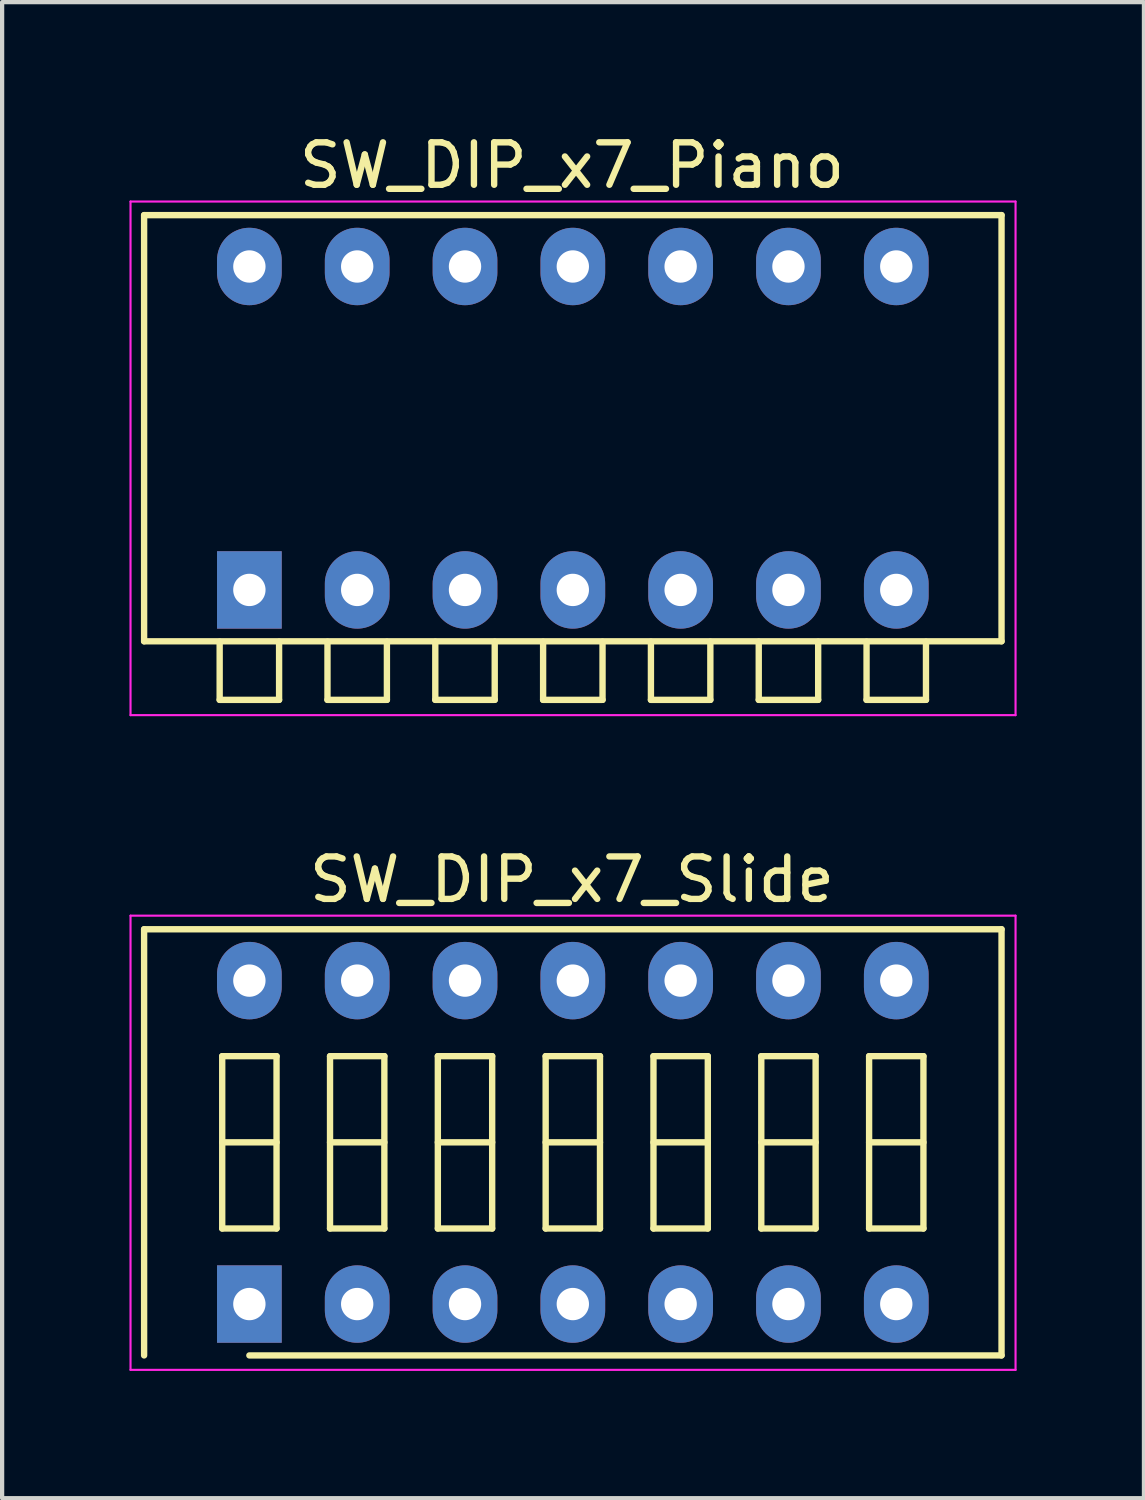
<source format=kicad_pcb>
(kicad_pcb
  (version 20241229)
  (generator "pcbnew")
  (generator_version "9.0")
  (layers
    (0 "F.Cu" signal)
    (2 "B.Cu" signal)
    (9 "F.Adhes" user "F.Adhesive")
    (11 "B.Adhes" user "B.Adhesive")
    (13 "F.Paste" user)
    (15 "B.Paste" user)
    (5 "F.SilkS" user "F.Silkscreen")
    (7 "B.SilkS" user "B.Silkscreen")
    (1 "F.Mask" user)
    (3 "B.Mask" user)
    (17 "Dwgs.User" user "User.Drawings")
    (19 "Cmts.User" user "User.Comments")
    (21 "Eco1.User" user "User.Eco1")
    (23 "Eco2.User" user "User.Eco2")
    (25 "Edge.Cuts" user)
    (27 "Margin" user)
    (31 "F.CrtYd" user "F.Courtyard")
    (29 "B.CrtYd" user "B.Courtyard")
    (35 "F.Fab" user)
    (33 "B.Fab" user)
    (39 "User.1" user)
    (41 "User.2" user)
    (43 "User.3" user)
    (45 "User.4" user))
  (footprint "SW_DIP_x7_Piano"
    (layer "F.Cu")
    (at 2.825 10.848)
    (property "Reference" "SW_DIP_x7_Piano" (at 7.6 -10 0) (layer "F.SilkS") (effects (font (size 1 1) (thickness 0.15))))
    (attr through_hole)
    (fp_line (start -2.48 -8.83) (end 17.72 -8.83) (stroke (width 0.15) (type solid)) (layer "F.SilkS"))
    (fp_line (start -2.48 1.21) (end -2.48 -8.83) (stroke (width 0.15) (type solid)) (layer "F.SilkS"))
    (fp_line (start -0.7 1.22) (end -0.7 2.59) (stroke (width 0.15) (type solid)) (layer "F.SilkS"))
    (fp_line (start -0.7 2.59) (end 0.7 2.59) (stroke (width 0.15) (type solid)) (layer "F.SilkS"))
    (fp_line (start 0.7 2.59) (end 0.7 1.22) (stroke (width 0.15) (type solid)) (layer "F.SilkS"))
    (fp_line (start 1.84 1.22) (end 1.84 2.59) (stroke (width 0.15) (type solid)) (layer "F.SilkS"))
    (fp_line (start 1.84 2.59) (end 3.24 2.59) (stroke (width 0.15) (type solid)) (layer "F.SilkS"))
    (fp_line (start 3.24 2.59) (end 3.24 1.22) (stroke (width 0.15) (type solid)) (layer "F.SilkS"))
    (fp_line (start 4.38 1.22) (end 4.38 2.59) (stroke (width 0.15) (type solid)) (layer "F.SilkS"))
    (fp_line (start 4.38 2.59) (end 5.78 2.59) (stroke (width 0.15) (type solid)) (layer "F.SilkS"))
    (fp_line (start 5.78 2.59) (end 5.78 1.22) (stroke (width 0.15) (type solid)) (layer "F.SilkS"))
    (fp_line (start 6.92 1.22) (end 6.92 2.59) (stroke (width 0.15) (type solid)) (layer "F.SilkS"))
    (fp_line (start 6.92 2.59) (end 8.32 2.59) (stroke (width 0.15) (type solid)) (layer "F.SilkS"))
    (fp_line (start 8.32 2.59) (end 8.32 1.22) (stroke (width 0.15) (type solid)) (layer "F.SilkS"))
    (fp_line (start 9.46 1.22) (end 9.46 2.59) (stroke (width 0.15) (type solid)) (layer "F.SilkS"))
    (fp_line (start 9.46 2.59) (end 10.86 2.59) (stroke (width 0.15) (type solid)) (layer "F.SilkS"))
    (fp_line (start 10.86 2.59) (end 10.86 1.22) (stroke (width 0.15) (type solid)) (layer "F.SilkS"))
    (fp_line (start 12 1.22) (end 12 2.59) (stroke (width 0.15) (type solid)) (layer "F.SilkS"))
    (fp_line (start 12 2.59) (end 13.4 2.59) (stroke (width 0.15) (type solid)) (layer "F.SilkS"))
    (fp_line (start 13.4 2.59) (end 13.4 1.22) (stroke (width 0.15) (type solid)) (layer "F.SilkS"))
    (fp_line (start 14.54 1.22) (end 14.54 2.59) (stroke (width 0.15) (type solid)) (layer "F.SilkS"))
    (fp_line (start 14.54 2.59) (end 15.94 2.59) (stroke (width 0.15) (type solid)) (layer "F.SilkS"))
    (fp_line (start 15.94 2.59) (end 15.94 1.22) (stroke (width 0.15) (type solid)) (layer "F.SilkS"))
    (fp_line (start 17.72 -8.83) (end 17.72 1.21) (stroke (width 0.15) (type solid)) (layer "F.SilkS"))
    (fp_line (start 17.72 1.21) (end -2.48 1.21) (stroke (width 0.15) (type solid)) (layer "F.SilkS"))
    (fp_line (start -2.8 -9.15) (end -2.8 2.95) (stroke (width 0.05) (type solid)) (layer "F.CrtYd"))
    (fp_line (start -2.8 2.95) (end 18.05 2.95) (stroke (width 0.05) (type solid)) (layer "F.CrtYd"))
    (fp_line (start 18.05 -9.15) (end -2.8 -9.15) (stroke (width 0.05) (type solid)) (layer "F.CrtYd"))
    (fp_line (start 18.05 2.95) (end 18.05 -9.15) (stroke (width 0.05) (type solid)) (layer "F.CrtYd"))
    (pad "1" thru_hole rect (at 0 0) (size 1.524 1.824) (drill 0.762) (layers "*.Cu" "*.Mask"))
    (pad "2" thru_hole oval (at 2.54 0) (size 1.524 1.824) (drill 0.762) (layers "*.Cu" "*.Mask"))
    (pad "3" thru_hole oval (at 5.08 0) (size 1.524 1.824) (drill 0.762) (layers "*.Cu" "*.Mask"))
    (pad "4" thru_hole oval (at 7.62 0) (size 1.524 1.824) (drill 0.762) (layers "*.Cu" "*.Mask"))
    (pad "5" thru_hole oval (at 10.16 0) (size 1.524 1.824) (drill 0.762) (layers "*.Cu" "*.Mask"))
    (pad "6" thru_hole oval (at 12.7 0) (size 1.524 1.824) (drill 0.762) (layers "*.Cu" "*.Mask"))
    (pad "7" thru_hole oval (at 15.24 0) (size 1.524 1.824) (drill 0.762) (layers "*.Cu" "*.Mask"))
    (pad "8" thru_hole oval (at 15.24 -7.62) (size 1.524 1.824) (drill 0.762) (layers "*.Cu" "*.Mask"))
    (pad "9" thru_hole oval (at 12.7 -7.62) (size 1.524 1.824) (drill 0.762) (layers "*.Cu" "*.Mask"))
    (pad "10" thru_hole oval (at 10.16 -7.62) (size 1.524 1.824) (drill 0.762) (layers "*.Cu" "*.Mask"))
    (pad "11" thru_hole oval (at 7.62 -7.62) (size 1.524 1.824) (drill 0.762) (layers "*.Cu" "*.Mask"))
    (pad "12" thru_hole oval (at 5.08 -7.62) (size 1.524 1.824) (drill 0.762) (layers "*.Cu" "*.Mask"))
    (pad "13" thru_hole oval (at 2.54 -7.62) (size 1.524 1.824) (drill 0.762) (layers "*.Cu" "*.Mask"))
    (pad "14" thru_hole oval (at 0 -7.62) (size 1.524 1.824) (drill 0.762) (layers "*.Cu" "*.Mask")))
  (footprint "SW_DIP_x7_Slide"
    (layer "F.Cu")
    (at 2.825 27.672)
    (property "Reference" "SW_DIP_x7_Slide" (at 7.6 -10 0) (layer "F.SilkS") (effects (font (size 1 1) (thickness 0.15))))
    (attr through_hole)
    (fp_line (start -2.48 -8.83) (end 17.72 -8.83) (stroke (width 0.15) (type solid)) (layer "F.SilkS"))
    (fp_line (start -2.48 1.21) (end -2.48 -8.83) (stroke (width 0.15) (type solid)) (layer "F.SilkS"))
    (fp_line (start -0.64 -5.84) (end -0.64 -1.78) (stroke (width 0.15) (type solid)) (layer "F.SilkS"))
    (fp_line (start -0.64 -3.81) (end 0.64 -3.81) (stroke (width 0.15) (type solid)) (layer "F.SilkS"))
    (fp_line (start -0.64 -1.78) (end 0.64 -1.78) (stroke (width 0.15) (type solid)) (layer "F.SilkS"))
    (fp_line (start 0.64 -5.84) (end -0.64 -5.84) (stroke (width 0.15) (type solid)) (layer "F.SilkS"))
    (fp_line (start 0.64 -1.78) (end 0.64 -5.84) (stroke (width 0.15) (type solid)) (layer "F.SilkS"))
    (fp_line (start 1.9 -5.84) (end 1.9 -1.78) (stroke (width 0.15) (type solid)) (layer "F.SilkS"))
    (fp_line (start 1.9 -3.81) (end 3.18 -3.81) (stroke (width 0.15) (type solid)) (layer "F.SilkS"))
    (fp_line (start 1.9 -1.78) (end 3.18 -1.78) (stroke (width 0.15) (type solid)) (layer "F.SilkS"))
    (fp_line (start 3.18 -5.84) (end 1.9 -5.84) (stroke (width 0.15) (type solid)) (layer "F.SilkS"))
    (fp_line (start 3.18 -1.78) (end 3.18 -5.84) (stroke (width 0.15) (type solid)) (layer "F.SilkS"))
    (fp_line (start 4.44 -5.84) (end 4.44 -1.78) (stroke (width 0.15) (type solid)) (layer "F.SilkS"))
    (fp_line (start 4.44 -3.81) (end 5.72 -3.81) (stroke (width 0.15) (type solid)) (layer "F.SilkS"))
    (fp_line (start 4.44 -1.78) (end 5.72 -1.78) (stroke (width 0.15) (type solid)) (layer "F.SilkS"))
    (fp_line (start 5.72 -5.84) (end 4.44 -5.84) (stroke (width 0.15) (type solid)) (layer "F.SilkS"))
    (fp_line (start 5.72 -1.78) (end 5.72 -5.84) (stroke (width 0.15) (type solid)) (layer "F.SilkS"))
    (fp_line (start 6.98 -5.84) (end 6.98 -1.78) (stroke (width 0.15) (type solid)) (layer "F.SilkS"))
    (fp_line (start 6.98 -3.81) (end 8.26 -3.81) (stroke (width 0.15) (type solid)) (layer "F.SilkS"))
    (fp_line (start 6.98 -1.78) (end 8.26 -1.78) (stroke (width 0.15) (type solid)) (layer "F.SilkS"))
    (fp_line (start 8.26 -5.84) (end 6.98 -5.84) (stroke (width 0.15) (type solid)) (layer "F.SilkS"))
    (fp_line (start 8.26 -1.78) (end 8.26 -5.84) (stroke (width 0.15) (type solid)) (layer "F.SilkS"))
    (fp_line (start 9.52 -5.84) (end 9.52 -1.78) (stroke (width 0.15) (type solid)) (layer "F.SilkS"))
    (fp_line (start 9.52 -3.81) (end 10.8 -3.81) (stroke (width 0.15) (type solid)) (layer "F.SilkS"))
    (fp_line (start 9.52 -1.78) (end 10.8 -1.78) (stroke (width 0.15) (type solid)) (layer "F.SilkS"))
    (fp_line (start 10.8 -5.84) (end 9.52 -5.84) (stroke (width 0.15) (type solid)) (layer "F.SilkS"))
    (fp_line (start 10.8 -1.78) (end 10.8 -5.84) (stroke (width 0.15) (type solid)) (layer "F.SilkS"))
    (fp_line (start 12.06 -5.84) (end 12.06 -1.78) (stroke (width 0.15) (type solid)) (layer "F.SilkS"))
    (fp_line (start 12.06 -3.81) (end 13.34 -3.81) (stroke (width 0.15) (type solid)) (layer "F.SilkS"))
    (fp_line (start 12.06 -1.78) (end 13.34 -1.78) (stroke (width 0.15) (type solid)) (layer "F.SilkS"))
    (fp_line (start 13.34 -5.84) (end 12.06 -5.84) (stroke (width 0.15) (type solid)) (layer "F.SilkS"))
    (fp_line (start 13.34 -1.78) (end 13.34 -5.84) (stroke (width 0.15) (type solid)) (layer "F.SilkS"))
    (fp_line (start 14.6 -5.84) (end 14.6 -1.78) (stroke (width 0.15) (type solid)) (layer "F.SilkS"))
    (fp_line (start 14.6 -3.81) (end 15.88 -3.81) (stroke (width 0.15) (type solid)) (layer "F.SilkS"))
    (fp_line (start 14.6 -1.78) (end 15.88 -1.78) (stroke (width 0.15) (type solid)) (layer "F.SilkS"))
    (fp_line (start 15.88 -5.84) (end 14.6 -5.84) (stroke (width 0.15) (type solid)) (layer "F.SilkS"))
    (fp_line (start 15.88 -1.78) (end 15.88 -5.84) (stroke (width 0.15) (type solid)) (layer "F.SilkS"))
    (fp_line (start 17.72 -8.83) (end 17.72 1.21) (stroke (width 0.15) (type solid)) (layer "F.SilkS"))
    (fp_line (start 17.72 1.21) (end 0 1.21) (stroke (width 0.15) (type solid)) (layer "F.SilkS"))
    (fp_line (start -2.8 -9.15) (end -2.8 1.55) (stroke (width 0.05) (type solid)) (layer "F.CrtYd"))
    (fp_line (start -2.8 1.55) (end 18.05 1.55) (stroke (width 0.05) (type solid)) (layer "F.CrtYd"))
    (fp_line (start 18.05 -9.15) (end -2.8 -9.15) (stroke (width 0.05) (type solid)) (layer "F.CrtYd"))
    (fp_line (start 18.05 1.55) (end 18.05 -9.15) (stroke (width 0.05) (type solid)) (layer "F.CrtYd"))
    (pad "1" thru_hole rect (at 0 0) (size 1.524 1.824) (drill 0.762) (layers "*.Cu" "*.Mask"))
    (pad "2" thru_hole oval (at 2.54 0) (size 1.524 1.824) (drill 0.762) (layers "*.Cu" "*.Mask"))
    (pad "3" thru_hole oval (at 5.08 0) (size 1.524 1.824) (drill 0.762) (layers "*.Cu" "*.Mask"))
    (pad "4" thru_hole oval (at 7.62 0) (size 1.524 1.824) (drill 0.762) (layers "*.Cu" "*.Mask"))
    (pad "5" thru_hole oval (at 10.16 0) (size 1.524 1.824) (drill 0.762) (layers "*.Cu" "*.Mask"))
    (pad "6" thru_hole oval (at 12.7 0) (size 1.524 1.824) (drill 0.762) (layers "*.Cu" "*.Mask"))
    (pad "7" thru_hole oval (at 15.24 0) (size 1.524 1.824) (drill 0.762) (layers "*.Cu" "*.Mask"))
    (pad "8" thru_hole oval (at 15.24 -7.62) (size 1.524 1.824) (drill 0.762) (layers "*.Cu" "*.Mask"))
    (pad "9" thru_hole oval (at 12.7 -7.62) (size 1.524 1.824) (drill 0.762) (layers "*.Cu" "*.Mask"))
    (pad "10" thru_hole oval (at 10.16 -7.62) (size 1.524 1.824) (drill 0.762) (layers "*.Cu" "*.Mask"))
    (pad "11" thru_hole oval (at 7.62 -7.62) (size 1.524 1.824) (drill 0.762) (layers "*.Cu" "*.Mask"))
    (pad "12" thru_hole oval (at 5.08 -7.62) (size 1.524 1.824) (drill 0.762) (layers "*.Cu" "*.Mask"))
    (pad "13" thru_hole oval (at 2.54 -7.62) (size 1.524 1.824) (drill 0.762) (layers "*.Cu" "*.Mask"))
    (pad "14" thru_hole oval (at 0 -7.62) (size 1.524 1.824) (drill 0.762) (layers "*.Cu" "*.Mask")))
  (gr_rect
    (start -3 -3)
    (end 23.9 32.246)
    (stroke (width 0.1) (type default))
    (fill no)
    (layer "Edge.Cuts")))
</source>
